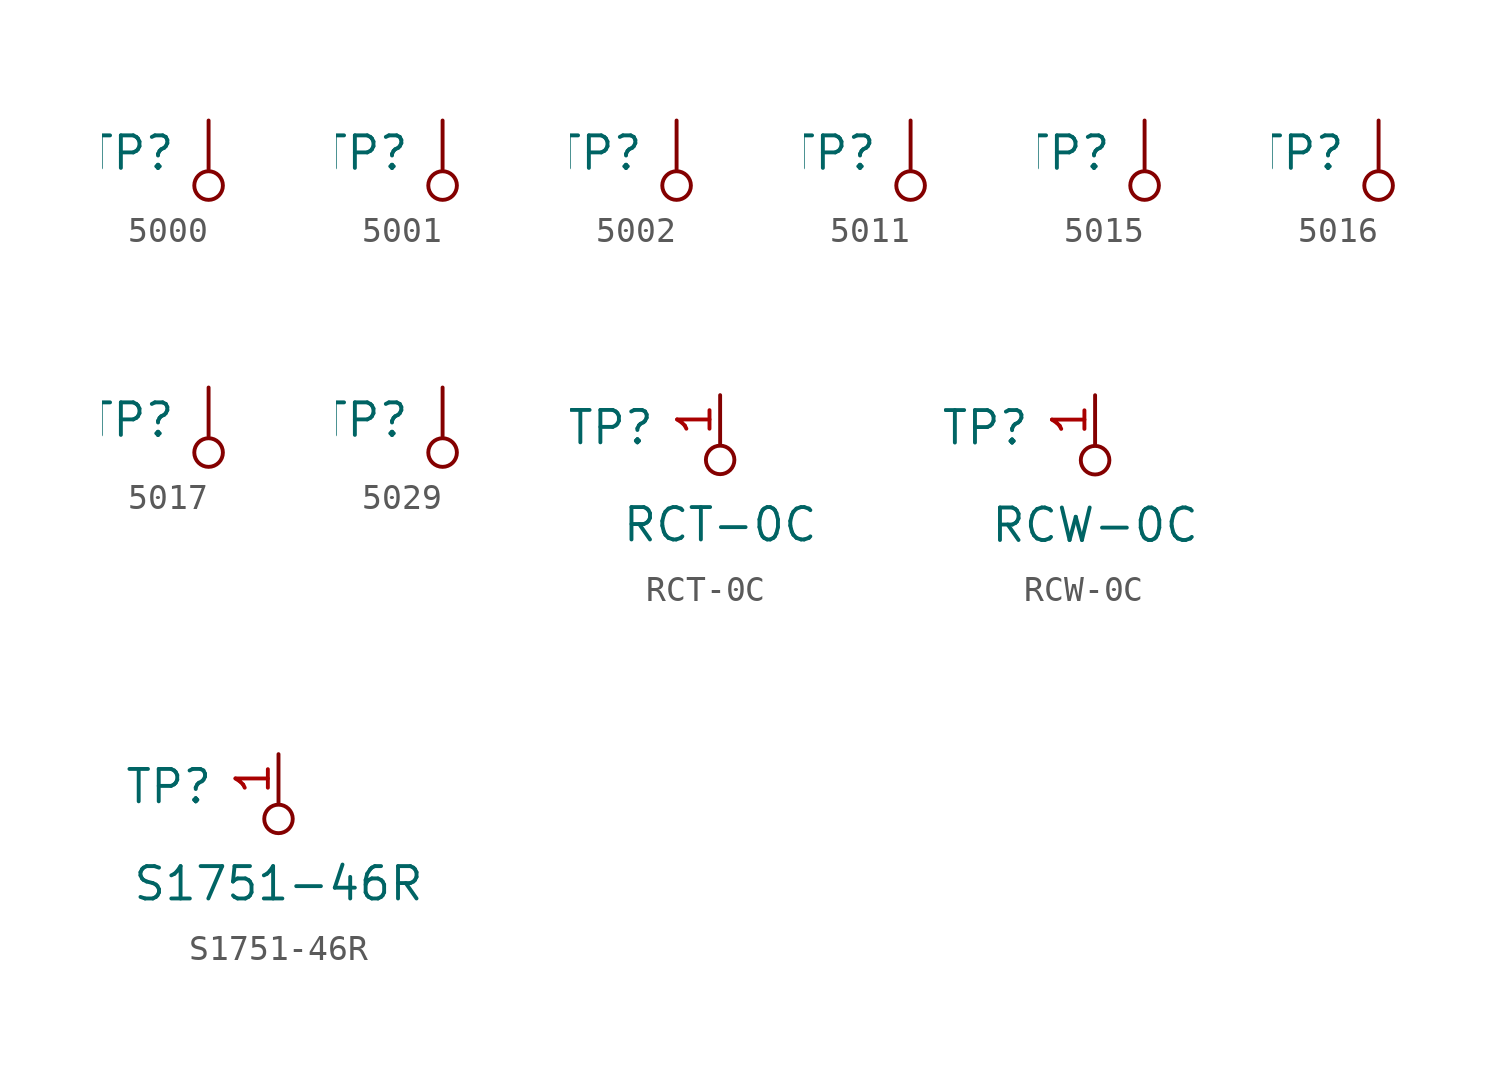
<source format=kicad_sym>
(kicad_symbol_lib
  (version 20201005)
  (generator kicad_symbol_editor)
  (symbol "5000"
    (pin_numbers hide)
    (pin_names
      (offset 1.016) hide)
    (property "Reference" "TP"
      (at -1.27 1.27 0)
      (effects (font (size 1.27 1.27)) (justify right)))
    (symbol "5000_0_1"
      (circle (center 0 0) (radius 0.559) (stroke (width 0)) (fill (type none))))
    (symbol "5000_1_1"
      (pin passive line (at 0 2.54 270) (length 1.905) (name "~" (effects (font (size 1.27 1.27)))) (number "1" (effects (font (size 1.27 1.27)))))))
  (symbol "5001"
    (pin_numbers hide)
    (pin_names
      (offset 1.016) hide)
    (property "Reference" "TP"
      (at -1.27 1.27 0)
      (effects (font (size 1.27 1.27)) (justify right)))
    (symbol "5001_0_1"
      (circle (center 0 0) (radius 0.559) (stroke (width 0)) (fill (type none))))
    (symbol "5001_1_1"
      (pin passive line (at 0 2.54 270) (length 1.905) (name "~" (effects (font (size 1.27 1.27)))) (number "1" (effects (font (size 1.27 1.27)))))))
  (symbol "5002"
    (pin_numbers hide)
    (pin_names
      (offset 1.016) hide)
    (property "Reference" "TP"
      (at -1.27 1.27 0)
      (effects (font (size 1.27 1.27)) (justify right)))
    (symbol "5002_0_1"
      (circle (center 0 0) (radius 0.559) (stroke (width 0)) (fill (type none))))
    (symbol "5002_1_1"
      (pin passive line (at 0 2.54 270) (length 1.905) (name "~" (effects (font (size 1.27 1.27)))) (number "1" (effects (font (size 1.27 1.27)))))))
  (symbol "5011"
    (pin_numbers hide)
    (pin_names
      (offset 1.016) hide)
    (property "Reference" "TP"
      (at -1.27 1.27 0)
      (effects (font (size 1.27 1.27)) (justify right)))
    (symbol "5011_0_1"
      (circle (center 0 0) (radius 0.559) (stroke (width 0)) (fill (type none))))
    (symbol "5011_1_1"
      (pin passive line (at 0 2.54 270) (length 1.905) (name "~" (effects (font (size 1.27 1.27)))) (number "1" (effects (font (size 1.27 1.27)))))))
  (symbol "5015"
    (pin_numbers hide)
    (pin_names
      (offset 1.016) hide)
    (property "Reference" "TP"
      (at -1.27 1.27 0)
      (effects (font (size 1.27 1.27)) (justify right)))
    (symbol "5015_0_1"
      (circle (center 0 0) (radius 0.559) (stroke (width 0)) (fill (type none))))
    (symbol "5015_1_1"
      (pin passive line (at 0 2.54 270) (length 1.905) (name "~" (effects (font (size 1.27 1.27)))) (number "1" (effects (font (size 1.27 1.27)))))))
  (symbol "5016"
    (pin_numbers hide)
    (pin_names
      (offset 1.016) hide)
    (property "Reference" "TP"
      (at -1.27 1.27 0)
      (effects (font (size 1.27 1.27)) (justify right)))
    (symbol "5016_0_1"
      (circle (center 0 0) (radius 0.559) (stroke (width 0)) (fill (type none))))
    (symbol "5016_1_1"
      (pin passive line (at 0 2.54 270) (length 1.905) (name "~" (effects (font (size 1.27 1.27)))) (number "1" (effects (font (size 1.27 1.27)))))))
  (symbol "5017"
    (pin_numbers hide)
    (pin_names
      (offset 1.016) hide)
    (property "Reference" "TP"
      (at -1.27 1.27 0)
      (effects (font (size 1.27 1.27)) (justify right)))
    (symbol "5017_0_1"
      (circle (center 0 0) (radius 0.559) (stroke (width 0)) (fill (type none))))
    (symbol "5017_1_1"
      (pin passive line (at 0 2.54 270) (length 1.905) (name "~" (effects (font (size 1.27 1.27)))) (number "1" (effects (font (size 1.27 1.27)))))))
  (symbol "5029"
    (pin_numbers hide)
    (pin_names
      (offset 1.016) hide)
    (property "Reference" "TP"
      (at -1.27 1.27 0)
      (effects (font (size 1.27 1.27)) (justify right)))
    (symbol "5029_0_1"
      (circle (center 0 0) (radius 0.559) (stroke (width 0)) (fill (type none))))
    (symbol "5029_1_1"
      (pin passive line (at 0 2.54 270) (length 1.905) (name "~" (effects (font (size 1.27 1.27)))) (number "1" (effects (font (size 1.27 1.27)))))))
  (symbol "RCT-0C"
    (pin_names
      (offset 1.016))
    (property "Reference" "TP"
      (at -2.54 1.27 0)
      (effects (font (size 1.27 1.27)) (justify right)))
    (property "Value" "RCT-0C"
      (at 0 -2.54 0)
      (effects (font (size 1.27 1.27))))
    (symbol "RCT-0C_0_1"
      (circle (center 0 0) (radius 0.559) (stroke (width 0)) (fill (type none))))
    (symbol "RCT-0C_1_1"
      (pin passive line (at 0 2.54 270) (length 1.905) (name "~" (effects (font (size 1.27 1.27)))) (number "1" (effects (font (size 1.27 1.27)))))))
  (symbol "RCW-0C"
    (pin_names
      (offset 1.016))
    (property "Reference" "TP"
      (at -2.54 1.27 0)
      (effects (font (size 1.27 1.27)) (justify right)))
    (property "Value" "RCW-0C"
      (at 0 -2.54 0)
      (effects (font (size 1.27 1.27))))
    (symbol "RCW-0C_1_1"
      (circle (center 0 0) (radius 0.559) (stroke (width 0)) (fill (type none)))
      (pin passive line (at 0 2.54 270) (length 1.905) (name "~" (effects (font (size 1.27 1.27)))) (number "1" (effects (font (size 1.27 1.27)))))))
  (symbol "S1751-46R"
    (pin_names
      (offset 1.016))
    (property "Reference" "TP"
      (at -2.54 1.27 0)
      (effects (font (size 1.27 1.27)) (justify right)))
    (property "Value" "S1751-46R"
      (at 0 -2.54 0)
      (effects (font (size 1.27 1.27))))
    (symbol "S1751-46R_0_1"
      (circle (center 0 0) (radius 0.559) (stroke (width 0)) (fill (type none))))
    (symbol "S1751-46R_1_1"
      (pin passive line (at 0 2.54 270) (length 1.905) (name "~" (effects (font (size 1.27 1.27)))) (number "1" (effects (font (size 1.27 1.27))))))))
</source>
